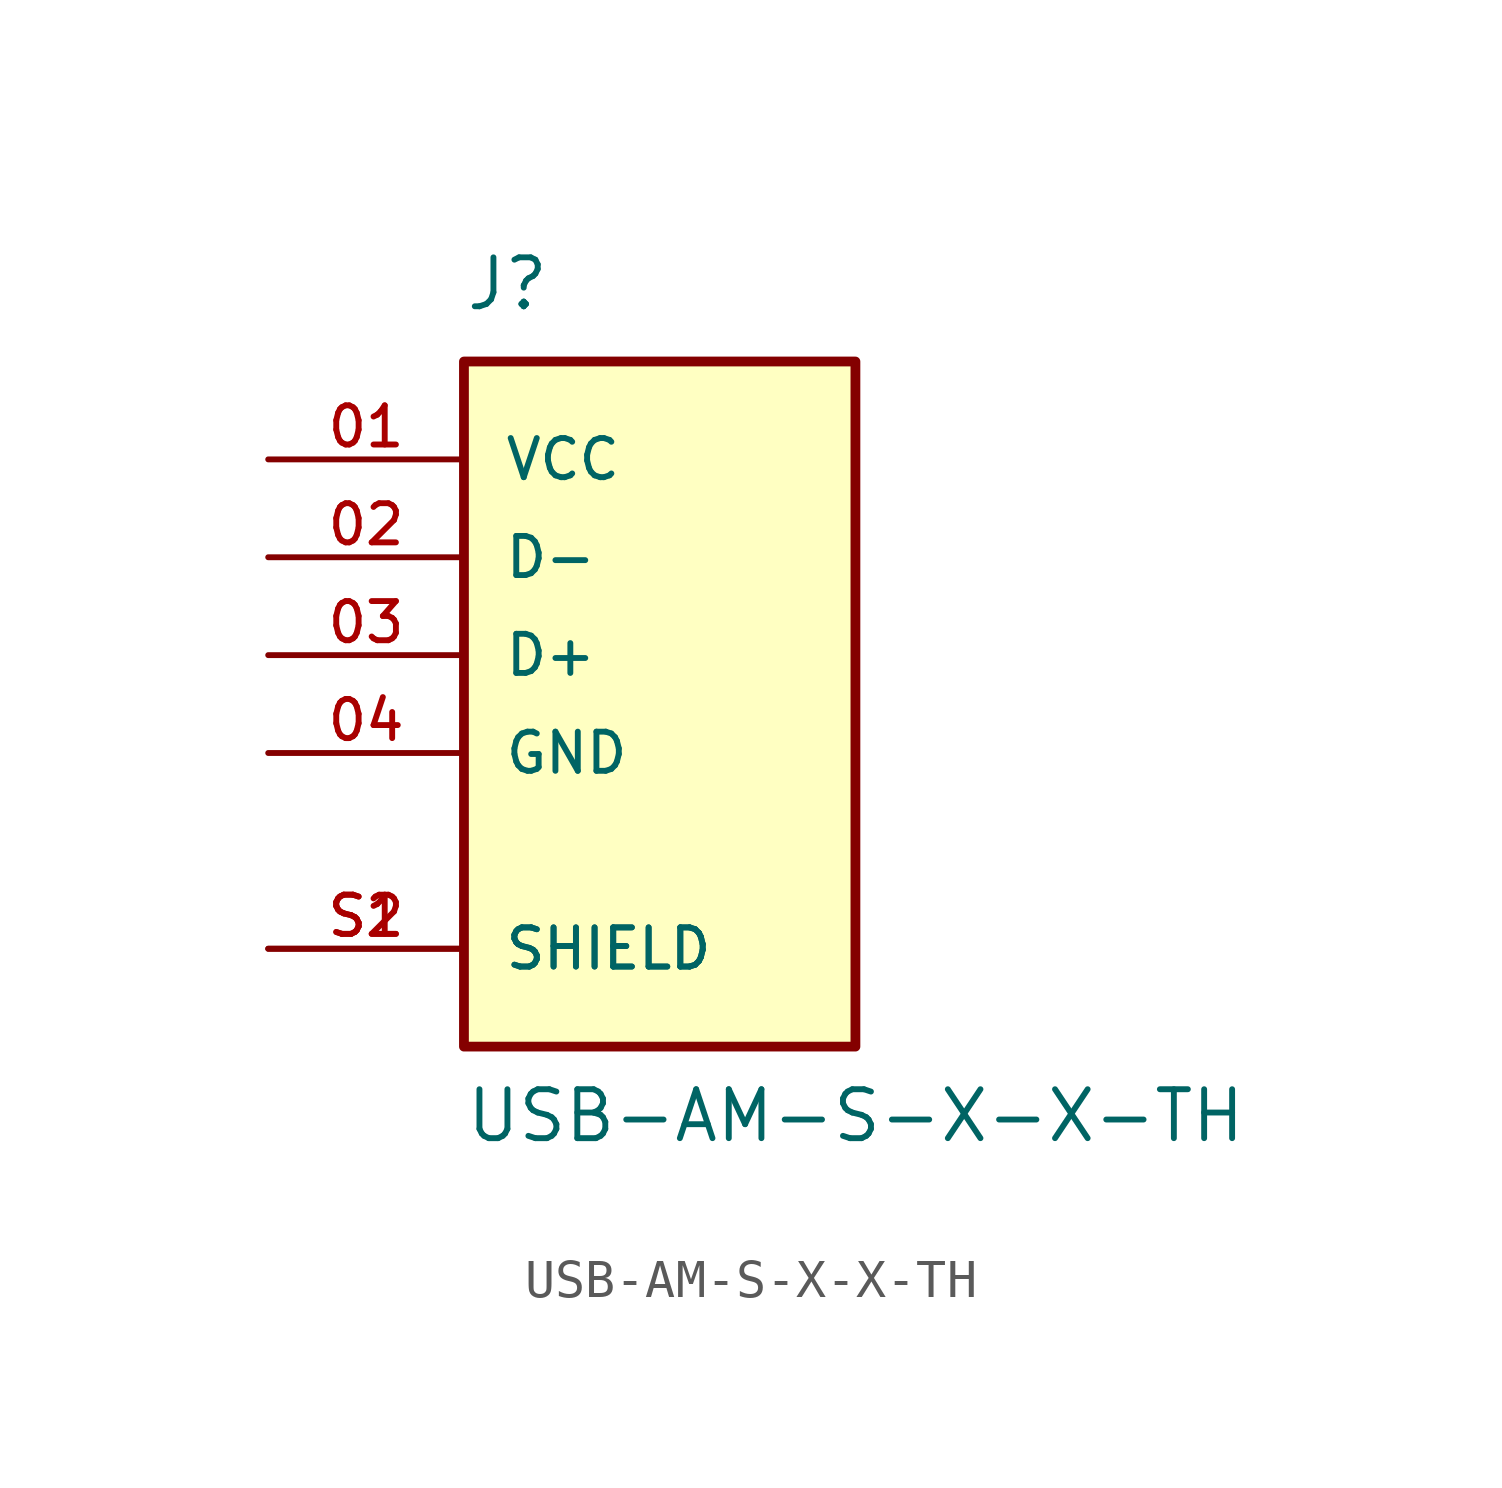
<source format=kicad_sym>
(kicad_symbol_lib
  (version 20211014)
  (generator kicad_symbol_editor)
  (symbol "USB-AM-S-X-X-TH"
    (pin_names
      (offset 1.016))
    (property "Reference" "J"
      (at -5.08 8.89 0)
      (effects (font (size 1.27 1.27)) (justify bottom left)))
    (property "Value" "USB-AM-S-X-X-TH"
      (at -5.08 -12.7 0)
      (effects (font (size 1.27 1.27)) (justify bottom left)))
    (symbol "USB-AM-S-X-X-TH_0_0"
      (rectangle (start -5.08 -10.16) (end 5.08 7.62) (stroke (width 0.254)) (fill (type background)))
      (pin power_in line (at -10.16 5.08 0) (length 5.08) (name "VCC" (effects (font (size 1.016 1.016)))) (number "01" (effects (font (size 1.016 1.016)))))
      (pin bidirectional line (at -10.16 2.54 0) (length 5.08) (name "D-" (effects (font (size 1.016 1.016)))) (number "02" (effects (font (size 1.016 1.016)))))
      (pin bidirectional line (at -10.16 0.0 0) (length 5.08) (name "D+" (effects (font (size 1.016 1.016)))) (number "03" (effects (font (size 1.016 1.016)))))
      (pin power_in line (at -10.16 -2.54 0) (length 5.08) (name "GND" (effects (font (size 1.016 1.016)))) (number "04" (effects (font (size 1.016 1.016)))))
      (pin passive line (at -10.16 -7.62 0) (length 5.08) (name "SHIELD" (effects (font (size 1.016 1.016)))) (number "S1" (effects (font (size 1.016 1.016)))))
      (pin passive line (at -10.16 -7.62 0) (length 5.08) (name "SHIELD" (effects (font (size 1.016 1.016)))) (number "S2" (effects (font (size 1.016 1.016))))))))
</source>
